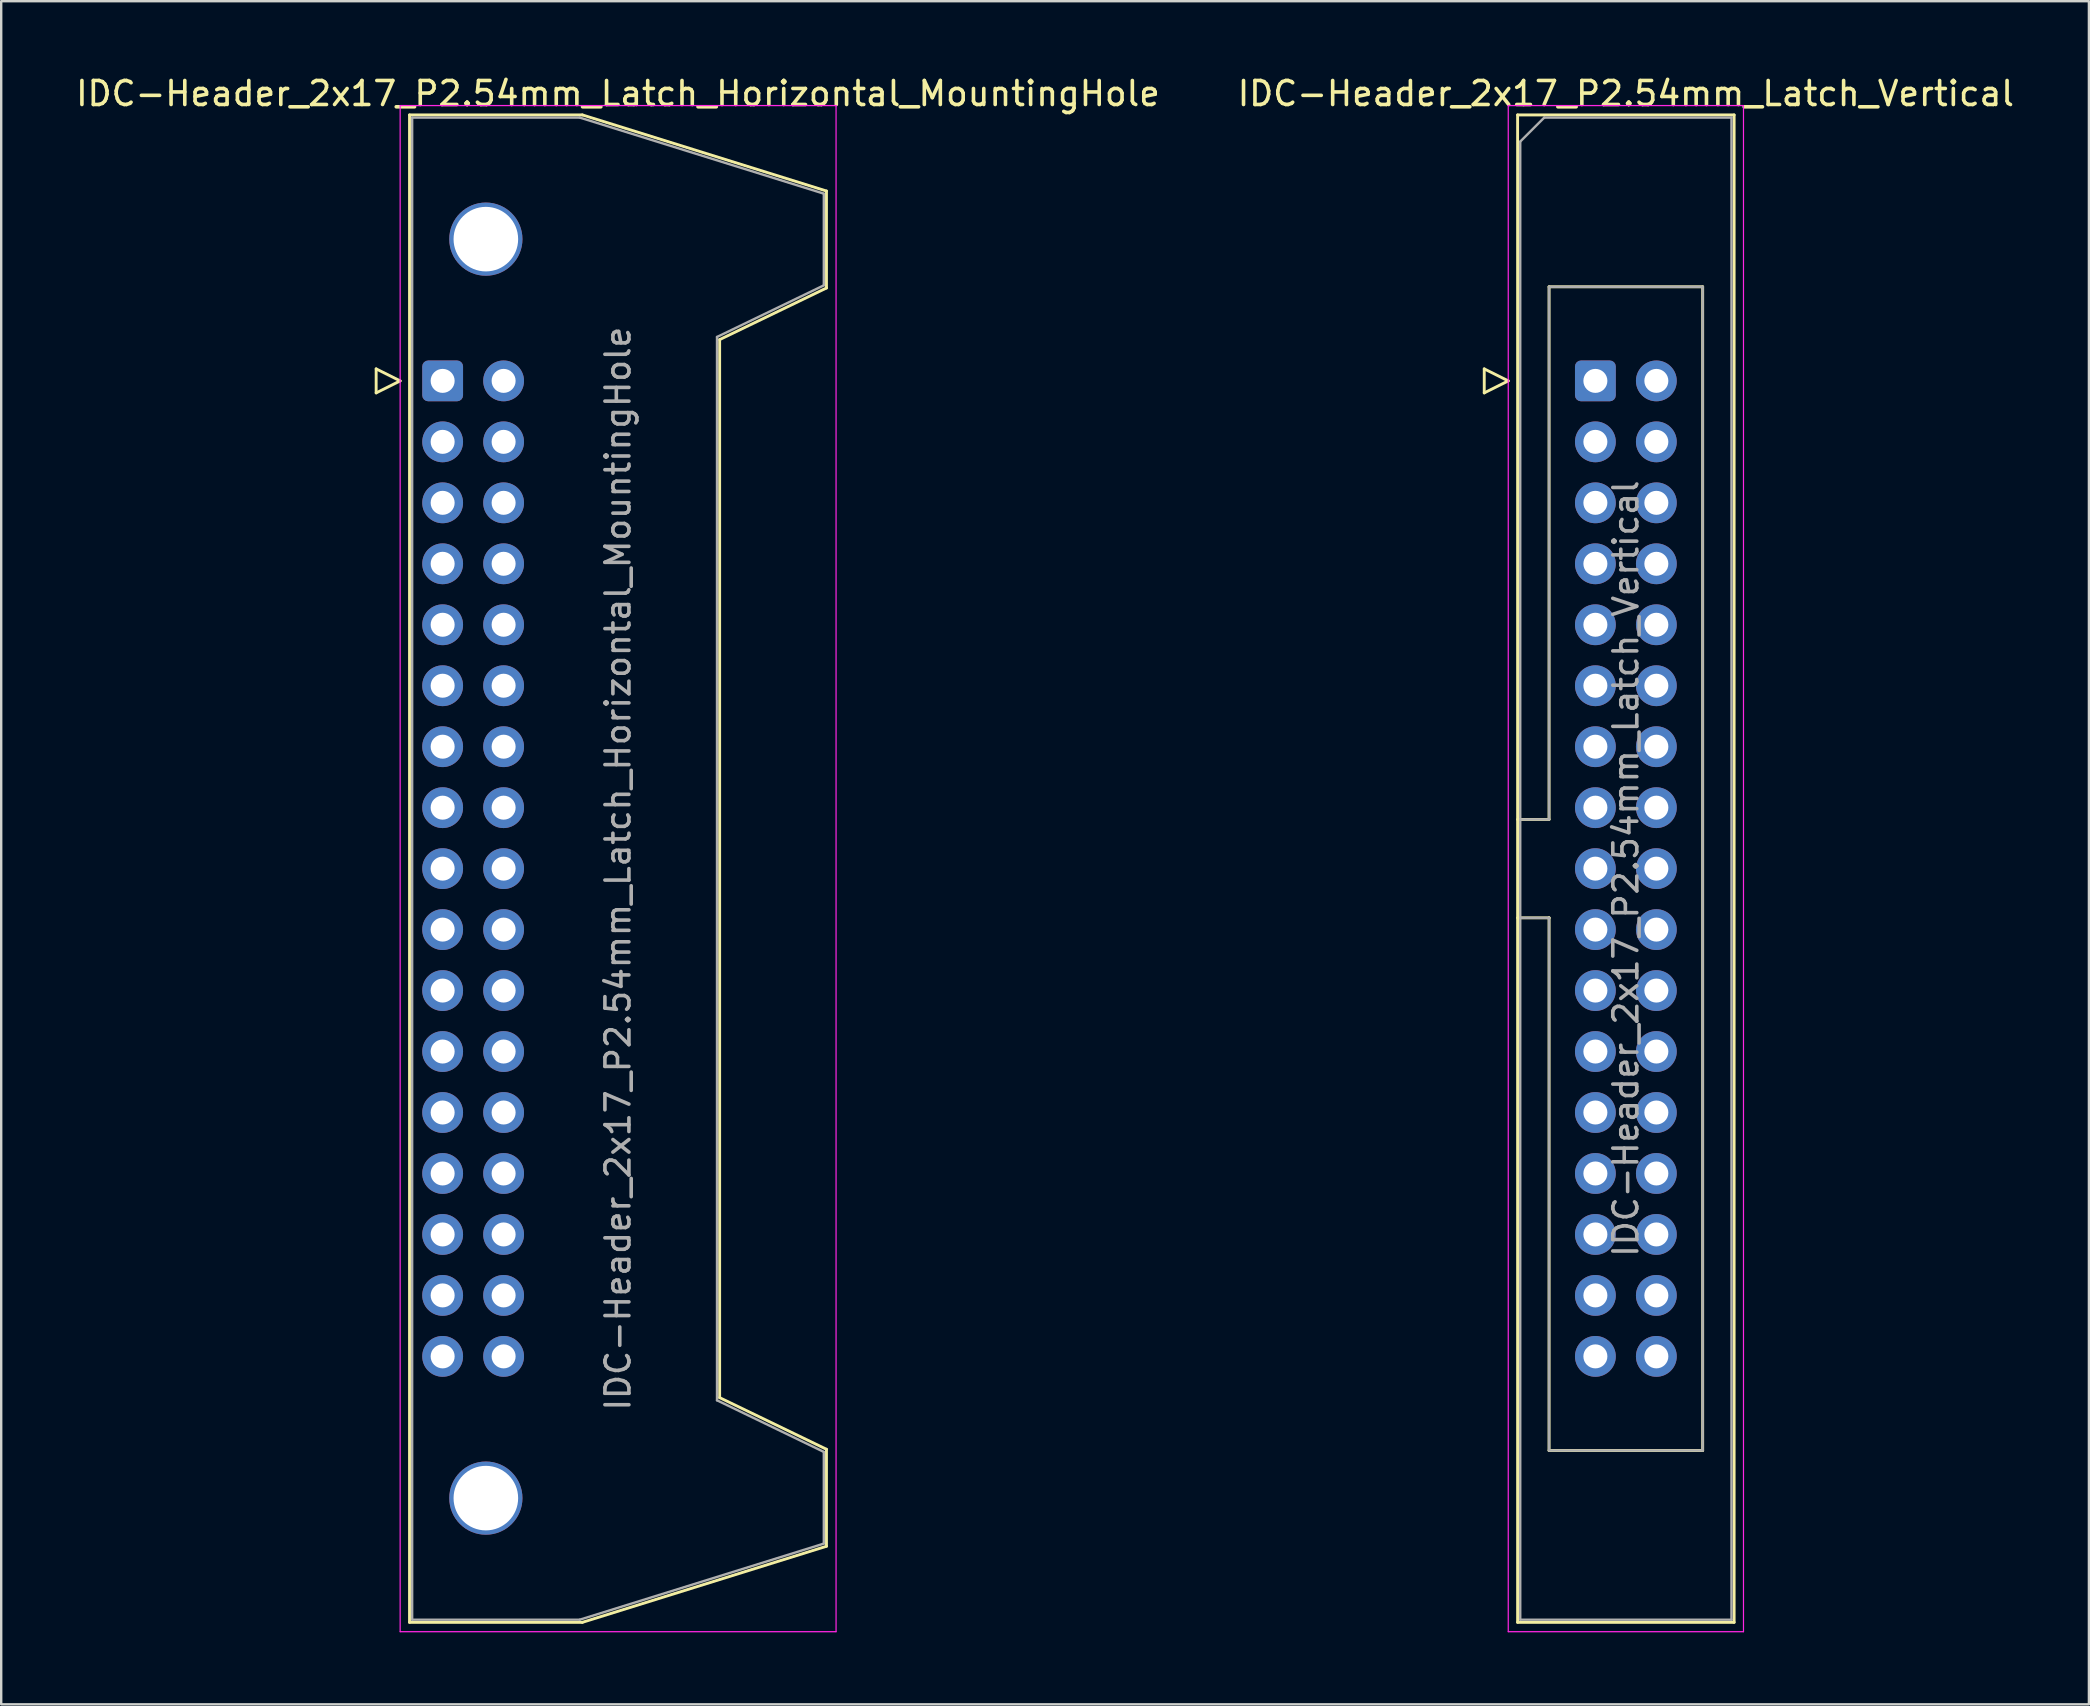
<source format=kicad_pcb>
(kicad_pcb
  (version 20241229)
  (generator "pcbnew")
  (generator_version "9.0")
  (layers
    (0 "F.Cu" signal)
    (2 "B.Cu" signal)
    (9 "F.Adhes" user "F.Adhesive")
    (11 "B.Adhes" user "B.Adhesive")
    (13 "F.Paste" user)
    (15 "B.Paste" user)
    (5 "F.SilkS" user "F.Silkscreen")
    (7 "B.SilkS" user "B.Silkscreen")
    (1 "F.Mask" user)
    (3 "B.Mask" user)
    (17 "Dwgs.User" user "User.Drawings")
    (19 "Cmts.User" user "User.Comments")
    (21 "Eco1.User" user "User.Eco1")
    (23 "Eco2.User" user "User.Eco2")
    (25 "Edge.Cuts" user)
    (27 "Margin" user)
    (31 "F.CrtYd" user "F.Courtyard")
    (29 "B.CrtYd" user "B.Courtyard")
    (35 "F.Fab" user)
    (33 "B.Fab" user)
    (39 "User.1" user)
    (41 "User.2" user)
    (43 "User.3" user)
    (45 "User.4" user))
  (footprint "IDC-Header_2x17_P2.54mm_Latch_Vertical"
    (layer "F.Cu")
    (at 63.415 12.818)
    (property "Reference" "IDC-Header_2x17_P2.54mm_Latch_Vertical" (at 1.27 -11.97 0) (layer "F.SilkS") (effects (font (size 1 1) (thickness 0.15))))
    (attr through_hole)
    (fp_line (start -4.63 -0.5) (end -4.63 0.5) (stroke (width 0.12) (type solid)) (layer "F.SilkS"))
    (fp_line (start -4.63 0.5) (end -3.63 0) (stroke (width 0.12) (type solid)) (layer "F.SilkS"))
    (fp_line (start -3.63 0) (end -4.63 -0.5) (stroke (width 0.12) (type solid)) (layer "F.SilkS"))
    (fp_line (start -3.24 -11.08) (end 5.78 -11.08) (stroke (width 0.12) (type solid)) (layer "F.SilkS"))
    (fp_line (start -3.24 18.27) (end -1.93 18.27) (stroke (width 0.12) (type solid)) (layer "F.SilkS"))
    (fp_line (start -3.24 51.72) (end -3.24 -11.08) (stroke (width 0.12) (type solid)) (layer "F.SilkS"))
    (fp_line (start -1.93 -3.92) (end 4.47 -3.92) (stroke (width 0.12) (type solid)) (layer "F.SilkS"))
    (fp_line (start -1.93 18.27) (end -1.93 -3.92) (stroke (width 0.12) (type solid)) (layer "F.SilkS"))
    (fp_line (start -1.93 22.37) (end -3.24 22.37) (stroke (width 0.12) (type solid)) (layer "F.SilkS"))
    (fp_line (start -1.93 22.37) (end -1.93 22.37) (stroke (width 0.12) (type solid)) (layer "F.SilkS"))
    (fp_line (start -1.93 44.56) (end -1.93 22.37) (stroke (width 0.12) (type solid)) (layer "F.SilkS"))
    (fp_line (start 4.47 -3.92) (end 4.47 44.56) (stroke (width 0.12) (type solid)) (layer "F.SilkS"))
    (fp_line (start 4.47 44.56) (end -1.93 44.56) (stroke (width 0.12) (type solid)) (layer "F.SilkS"))
    (fp_line (start 5.78 -11.08) (end 5.78 51.72) (stroke (width 0.12) (type solid)) (layer "F.SilkS"))
    (fp_line (start 5.78 51.72) (end -3.24 51.72) (stroke (width 0.12) (type solid)) (layer "F.SilkS"))
    (fp_line (start -3.63 -11.47) (end -3.63 52.11) (stroke (width 0.05) (type solid)) (layer "F.CrtYd"))
    (fp_line (start -3.63 52.11) (end 6.17 52.11) (stroke (width 0.05) (type solid)) (layer "F.CrtYd"))
    (fp_line (start 6.17 -11.47) (end -3.63 -11.47) (stroke (width 0.05) (type solid)) (layer "F.CrtYd"))
    (fp_line (start 6.17 52.11) (end 6.17 -11.47) (stroke (width 0.05) (type solid)) (layer "F.CrtYd"))
    (fp_line (start -3.13 -9.97) (end -2.13 -10.97) (stroke (width 0.1) (type solid)) (layer "F.Fab"))
    (fp_line (start -3.13 18.27) (end -1.93 18.27) (stroke (width 0.1) (type solid)) (layer "F.Fab"))
    (fp_line (start -3.13 51.61) (end -3.13 -9.97) (stroke (width 0.1) (type solid)) (layer "F.Fab"))
    (fp_line (start -2.13 -10.97) (end 5.67 -10.97) (stroke (width 0.1) (type solid)) (layer "F.Fab"))
    (fp_line (start -1.93 -3.92) (end 4.47 -3.92) (stroke (width 0.1) (type solid)) (layer "F.Fab"))
    (fp_line (start -1.93 18.27) (end -1.93 -3.92) (stroke (width 0.1) (type solid)) (layer "F.Fab"))
    (fp_line (start -1.93 22.37) (end -3.13 22.37) (stroke (width 0.1) (type solid)) (layer "F.Fab"))
    (fp_line (start -1.93 22.37) (end -1.93 22.37) (stroke (width 0.1) (type solid)) (layer "F.Fab"))
    (fp_line (start -1.93 44.56) (end -1.93 22.37) (stroke (width 0.1) (type solid)) (layer "F.Fab"))
    (fp_line (start 4.47 -3.92) (end 4.47 44.56) (stroke (width 0.1) (type solid)) (layer "F.Fab"))
    (fp_line (start 4.47 44.56) (end -1.93 44.56) (stroke (width 0.1) (type solid)) (layer "F.Fab"))
    (fp_line (start 5.67 -10.97) (end 5.67 51.61) (stroke (width 0.1) (type solid)) (layer "F.Fab"))
    (fp_line (start 5.67 51.61) (end -3.13 51.61) (stroke (width 0.1) (type solid)) (layer "F.Fab"))
    (fp_text user "${REFERENCE}" (at 1.27 20.32 90) (layer "F.Fab") (effects (font (size 1 1) (thickness 0.15))))
    (pad "1" thru_hole roundrect (at 0 0) (size 1.7 1.7) (drill 1) (layers "*.Cu" "*.Mask") (roundrect_rratio 0.147))
    (pad "2" thru_hole circle (at 2.54 0) (size 1.7 1.7) (drill 1) (layers "*.Cu" "*.Mask"))
    (pad "3" thru_hole circle (at 0 2.54) (size 1.7 1.7) (drill 1) (layers "*.Cu" "*.Mask"))
    (pad "4" thru_hole circle (at 2.54 2.54) (size 1.7 1.7) (drill 1) (layers "*.Cu" "*.Mask"))
    (pad "5" thru_hole circle (at 0 5.08) (size 1.7 1.7) (drill 1) (layers "*.Cu" "*.Mask"))
    (pad "6" thru_hole circle (at 2.54 5.08) (size 1.7 1.7) (drill 1) (layers "*.Cu" "*.Mask"))
    (pad "7" thru_hole circle (at 0 7.62) (size 1.7 1.7) (drill 1) (layers "*.Cu" "*.Mask"))
    (pad "8" thru_hole circle (at 2.54 7.62) (size 1.7 1.7) (drill 1) (layers "*.Cu" "*.Mask"))
    (pad "9" thru_hole circle (at 0 10.16) (size 1.7 1.7) (drill 1) (layers "*.Cu" "*.Mask"))
    (pad "10" thru_hole circle (at 2.54 10.16) (size 1.7 1.7) (drill 1) (layers "*.Cu" "*.Mask"))
    (pad "11" thru_hole circle (at 0 12.7) (size 1.7 1.7) (drill 1) (layers "*.Cu" "*.Mask"))
    (pad "12" thru_hole circle (at 2.54 12.7) (size 1.7 1.7) (drill 1) (layers "*.Cu" "*.Mask"))
    (pad "13" thru_hole circle (at 0 15.24) (size 1.7 1.7) (drill 1) (layers "*.Cu" "*.Mask"))
    (pad "14" thru_hole circle (at 2.54 15.24) (size 1.7 1.7) (drill 1) (layers "*.Cu" "*.Mask"))
    (pad "15" thru_hole circle (at 0 17.78) (size 1.7 1.7) (drill 1) (layers "*.Cu" "*.Mask"))
    (pad "16" thru_hole circle (at 2.54 17.78) (size 1.7 1.7) (drill 1) (layers "*.Cu" "*.Mask"))
    (pad "17" thru_hole circle (at 0 20.32) (size 1.7 1.7) (drill 1) (layers "*.Cu" "*.Mask"))
    (pad "18" thru_hole circle (at 2.54 20.32) (size 1.7 1.7) (drill 1) (layers "*.Cu" "*.Mask"))
    (pad "19" thru_hole circle (at 0 22.86) (size 1.7 1.7) (drill 1) (layers "*.Cu" "*.Mask"))
    (pad "20" thru_hole circle (at 2.54 22.86) (size 1.7 1.7) (drill 1) (layers "*.Cu" "*.Mask"))
    (pad "21" thru_hole circle (at 0 25.4) (size 1.7 1.7) (drill 1) (layers "*.Cu" "*.Mask"))
    (pad "22" thru_hole circle (at 2.54 25.4) (size 1.7 1.7) (drill 1) (layers "*.Cu" "*.Mask"))
    (pad "23" thru_hole circle (at 0 27.94) (size 1.7 1.7) (drill 1) (layers "*.Cu" "*.Mask"))
    (pad "24" thru_hole circle (at 2.54 27.94) (size 1.7 1.7) (drill 1) (layers "*.Cu" "*.Mask"))
    (pad "25" thru_hole circle (at 0 30.48) (size 1.7 1.7) (drill 1) (layers "*.Cu" "*.Mask"))
    (pad "26" thru_hole circle (at 2.54 30.48) (size 1.7 1.7) (drill 1) (layers "*.Cu" "*.Mask"))
    (pad "27" thru_hole circle (at 0 33.02) (size 1.7 1.7) (drill 1) (layers "*.Cu" "*.Mask"))
    (pad "28" thru_hole circle (at 2.54 33.02) (size 1.7 1.7) (drill 1) (layers "*.Cu" "*.Mask"))
    (pad "29" thru_hole circle (at 0 35.56) (size 1.7 1.7) (drill 1) (layers "*.Cu" "*.Mask"))
    (pad "30" thru_hole circle (at 2.54 35.56) (size 1.7 1.7) (drill 1) (layers "*.Cu" "*.Mask"))
    (pad "31" thru_hole circle (at 0 38.1) (size 1.7 1.7) (drill 1) (layers "*.Cu" "*.Mask"))
    (pad "32" thru_hole circle (at 2.54 38.1) (size 1.7 1.7) (drill 1) (layers "*.Cu" "*.Mask"))
    (pad "33" thru_hole circle (at 0 40.64) (size 1.7 1.7) (drill 1) (layers "*.Cu" "*.Mask"))
    (pad "34" thru_hole circle (at 2.54 40.64) (size 1.7 1.7) (drill 1) (layers "*.Cu" "*.Mask")))
  (footprint "IDC-Header_2x17_P2.54mm_Latch_Horizontal_MountingHole"
    (layer "F.Cu")
    (at 15.391 12.818)
    (property "Reference" "IDC-Header_2x17_P2.54mm_Latch_Horizontal_MountingHole" (at 7.305 -11.97 0) (layer "F.SilkS") (effects (font (size 1 1) (thickness 0.15))))
    (attr through_hole)
    (fp_line (start -2.77 -0.5) (end -2.77 0.5) (stroke (width 0.12) (type solid)) (layer "F.SilkS"))
    (fp_line (start -2.77 0.5) (end -1.77 0) (stroke (width 0.12) (type solid)) (layer "F.SilkS"))
    (fp_line (start -1.77 0) (end -2.77 -0.5) (stroke (width 0.12) (type solid)) (layer "F.SilkS"))
    (fp_line (start -1.38 -11.08) (end 5.82 -11.08) (stroke (width 0.12) (type solid)) (layer "F.SilkS"))
    (fp_line (start -1.38 51.72) (end -1.38 -11.08) (stroke (width 0.12) (type solid)) (layer "F.SilkS"))
    (fp_line (start 5.82 -11.08) (end 15.99 -7.91) (stroke (width 0.12) (type solid)) (layer "F.SilkS"))
    (fp_line (start 5.82 51.72) (end -1.38 51.72) (stroke (width 0.12) (type solid)) (layer "F.SilkS"))
    (fp_line (start 11.54 -1.72) (end 11.54 42.36) (stroke (width 0.12) (type solid)) (layer "F.SilkS"))
    (fp_line (start 11.54 42.36) (end 15.99 44.51) (stroke (width 0.12) (type solid)) (layer "F.SilkS"))
    (fp_line (start 15.99 -7.91) (end 15.99 -3.87) (stroke (width 0.12) (type solid)) (layer "F.SilkS"))
    (fp_line (start 15.99 -3.87) (end 11.54 -1.72) (stroke (width 0.12) (type solid)) (layer "F.SilkS"))
    (fp_line (start 15.99 44.51) (end 15.99 48.55) (stroke (width 0.12) (type solid)) (layer "F.SilkS"))
    (fp_line (start 15.99 48.55) (end 5.82 51.72) (stroke (width 0.12) (type solid)) (layer "F.SilkS"))
    (fp_line (start -1.77 -11.47) (end -1.77 52.11) (stroke (width 0.05) (type solid)) (layer "F.CrtYd"))
    (fp_line (start -1.77 52.11) (end 16.39 52.11) (stroke (width 0.05) (type solid)) (layer "F.CrtYd"))
    (fp_line (start 16.39 -11.47) (end -1.77 -11.47) (stroke (width 0.05) (type solid)) (layer "F.CrtYd"))
    (fp_line (start 16.39 52.11) (end 16.39 -11.47) (stroke (width 0.05) (type solid)) (layer "F.CrtYd"))
    (fp_line (start -1.27 -10.97) (end 5.71 -10.97) (stroke (width 0.1) (type solid)) (layer "F.Fab"))
    (fp_line (start -1.27 51.61) (end -1.27 -10.97) (stroke (width 0.1) (type solid)) (layer "F.Fab"))
    (fp_line (start 5.71 -10.97) (end 15.88 -7.8) (stroke (width 0.1) (type solid)) (layer "F.Fab"))
    (fp_line (start 5.71 51.61) (end -1.27 51.61) (stroke (width 0.1) (type solid)) (layer "F.Fab"))
    (fp_line (start 11.43 -1.83) (end 11.43 42.47) (stroke (width 0.1) (type solid)) (layer "F.Fab"))
    (fp_line (start 11.43 42.47) (end 15.88 44.62) (stroke (width 0.1) (type solid)) (layer "F.Fab"))
    (fp_line (start 15.88 -7.8) (end 15.88 -3.98) (stroke (width 0.1) (type solid)) (layer "F.Fab"))
    (fp_line (start 15.88 -3.98) (end 11.43 -1.83) (stroke (width 0.1) (type solid)) (layer "F.Fab"))
    (fp_line (start 15.88 44.62) (end 15.88 48.44) (stroke (width 0.1) (type solid)) (layer "F.Fab"))
    (fp_line (start 15.88 48.44) (end 5.71 51.61) (stroke (width 0.1) (type solid)) (layer "F.Fab"))
    (fp_text user "${REFERENCE}" (at 7.305 20.32 90) (layer "F.Fab") (effects (font (size 1 1) (thickness 0.15))))
    (pad "" thru_hole circle (at 1.8 -5.905) (size 3.05 3.05) (drill 2.69) (layers "*.Cu" "*.Mask"))
    (pad "" thru_hole circle (at 1.8 46.545) (size 3.05 3.05) (drill 2.69) (layers "*.Cu" "*.Mask"))
    (pad "1" thru_hole roundrect (at 0 0) (size 1.7 1.7) (drill 1) (layers "*.Cu" "*.Mask") (roundrect_rratio 0.147))
    (pad "2" thru_hole circle (at 2.54 0) (size 1.7 1.7) (drill 1) (layers "*.Cu" "*.Mask"))
    (pad "3" thru_hole circle (at 0 2.54) (size 1.7 1.7) (drill 1) (layers "*.Cu" "*.Mask"))
    (pad "4" thru_hole circle (at 2.54 2.54) (size 1.7 1.7) (drill 1) (layers "*.Cu" "*.Mask"))
    (pad "5" thru_hole circle (at 0 5.08) (size 1.7 1.7) (drill 1) (layers "*.Cu" "*.Mask"))
    (pad "6" thru_hole circle (at 2.54 5.08) (size 1.7 1.7) (drill 1) (layers "*.Cu" "*.Mask"))
    (pad "7" thru_hole circle (at 0 7.62) (size 1.7 1.7) (drill 1) (layers "*.Cu" "*.Mask"))
    (pad "8" thru_hole circle (at 2.54 7.62) (size 1.7 1.7) (drill 1) (layers "*.Cu" "*.Mask"))
    (pad "9" thru_hole circle (at 0 10.16) (size 1.7 1.7) (drill 1) (layers "*.Cu" "*.Mask"))
    (pad "10" thru_hole circle (at 2.54 10.16) (size 1.7 1.7) (drill 1) (layers "*.Cu" "*.Mask"))
    (pad "11" thru_hole circle (at 0 12.7) (size 1.7 1.7) (drill 1) (layers "*.Cu" "*.Mask"))
    (pad "12" thru_hole circle (at 2.54 12.7) (size 1.7 1.7) (drill 1) (layers "*.Cu" "*.Mask"))
    (pad "13" thru_hole circle (at 0 15.24) (size 1.7 1.7) (drill 1) (layers "*.Cu" "*.Mask"))
    (pad "14" thru_hole circle (at 2.54 15.24) (size 1.7 1.7) (drill 1) (layers "*.Cu" "*.Mask"))
    (pad "15" thru_hole circle (at 0 17.78) (size 1.7 1.7) (drill 1) (layers "*.Cu" "*.Mask"))
    (pad "16" thru_hole circle (at 2.54 17.78) (size 1.7 1.7) (drill 1) (layers "*.Cu" "*.Mask"))
    (pad "17" thru_hole circle (at 0 20.32) (size 1.7 1.7) (drill 1) (layers "*.Cu" "*.Mask"))
    (pad "18" thru_hole circle (at 2.54 20.32) (size 1.7 1.7) (drill 1) (layers "*.Cu" "*.Mask"))
    (pad "19" thru_hole circle (at 0 22.86) (size 1.7 1.7) (drill 1) (layers "*.Cu" "*.Mask"))
    (pad "20" thru_hole circle (at 2.54 22.86) (size 1.7 1.7) (drill 1) (layers "*.Cu" "*.Mask"))
    (pad "21" thru_hole circle (at 0 25.4) (size 1.7 1.7) (drill 1) (layers "*.Cu" "*.Mask"))
    (pad "22" thru_hole circle (at 2.54 25.4) (size 1.7 1.7) (drill 1) (layers "*.Cu" "*.Mask"))
    (pad "23" thru_hole circle (at 0 27.94) (size 1.7 1.7) (drill 1) (layers "*.Cu" "*.Mask"))
    (pad "24" thru_hole circle (at 2.54 27.94) (size 1.7 1.7) (drill 1) (layers "*.Cu" "*.Mask"))
    (pad "25" thru_hole circle (at 0 30.48) (size 1.7 1.7) (drill 1) (layers "*.Cu" "*.Mask"))
    (pad "26" thru_hole circle (at 2.54 30.48) (size 1.7 1.7) (drill 1) (layers "*.Cu" "*.Mask"))
    (pad "27" thru_hole circle (at 0 33.02) (size 1.7 1.7) (drill 1) (layers "*.Cu" "*.Mask"))
    (pad "28" thru_hole circle (at 2.54 33.02) (size 1.7 1.7) (drill 1) (layers "*.Cu" "*.Mask"))
    (pad "29" thru_hole circle (at 0 35.56) (size 1.7 1.7) (drill 1) (layers "*.Cu" "*.Mask"))
    (pad "30" thru_hole circle (at 2.54 35.56) (size 1.7 1.7) (drill 1) (layers "*.Cu" "*.Mask"))
    (pad "31" thru_hole circle (at 0 38.1) (size 1.7 1.7) (drill 1) (layers "*.Cu" "*.Mask"))
    (pad "32" thru_hole circle (at 2.54 38.1) (size 1.7 1.7) (drill 1) (layers "*.Cu" "*.Mask"))
    (pad "33" thru_hole circle (at 0 40.64) (size 1.7 1.7) (drill 1) (layers "*.Cu" "*.Mask"))
    (pad "34" thru_hole circle (at 2.54 40.64) (size 1.7 1.7) (drill 1) (layers "*.Cu" "*.Mask")))
  (gr_rect
    (start -3 -3)
    (end 83.976 67.953)
    (stroke (width 0.1) (type default))
    (fill no)
    (layer "Edge.Cuts")))
</source>
